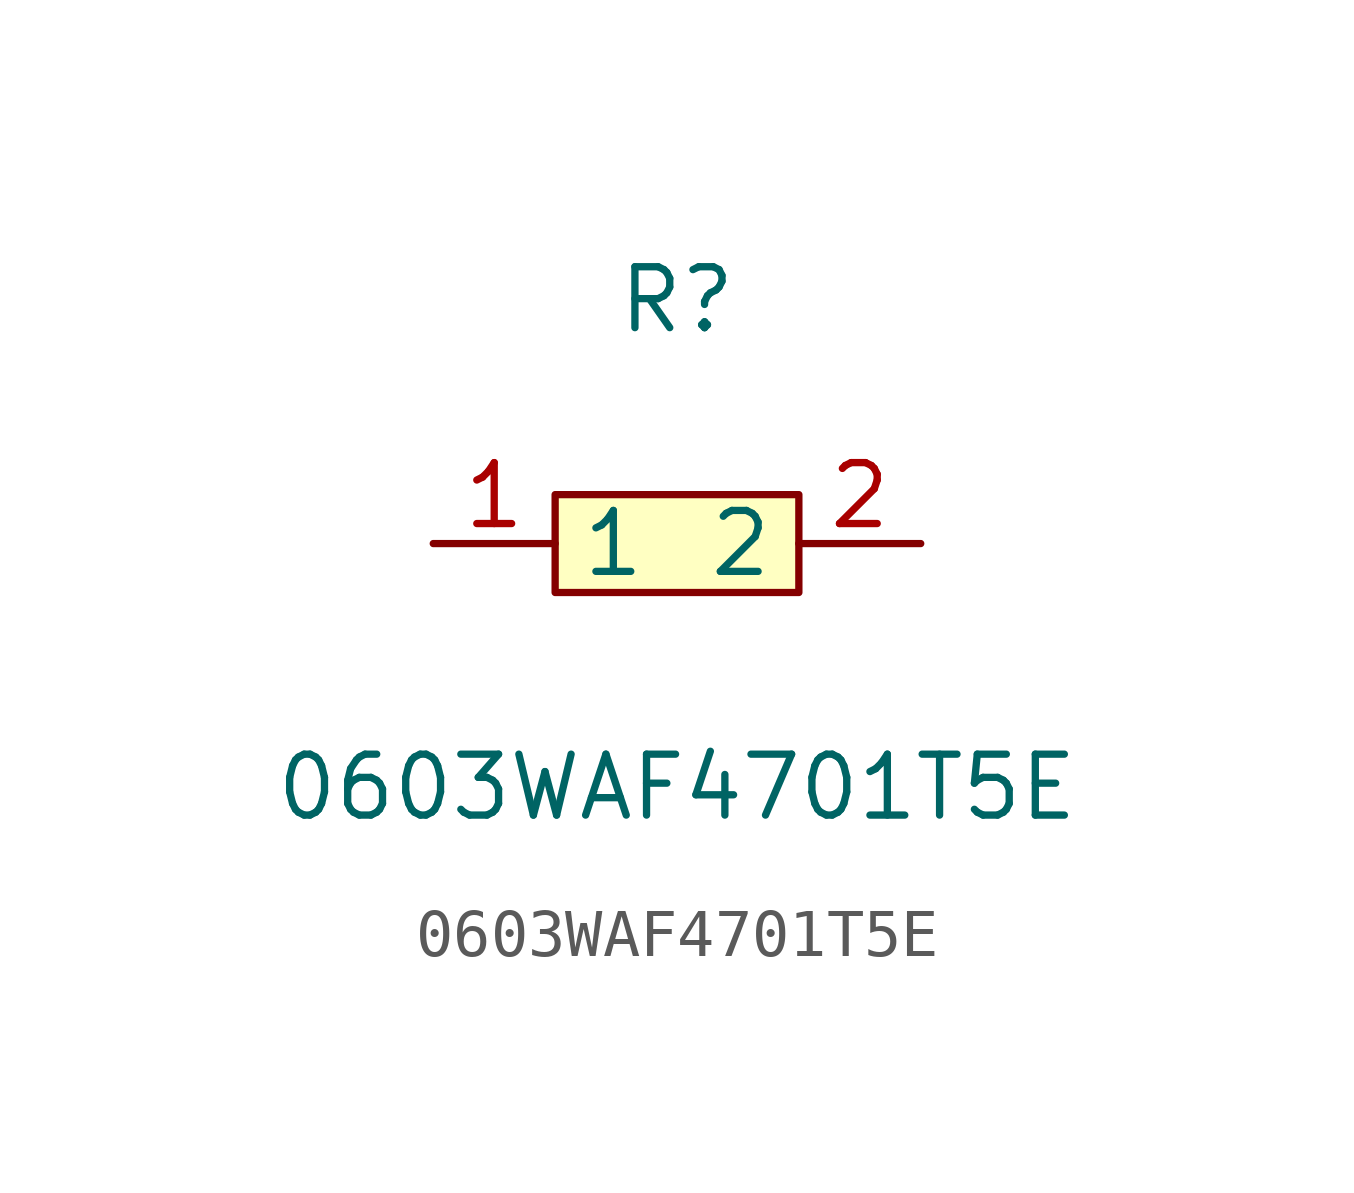
<source format=kicad_sym>
(kicad_symbol_lib
  (version 1)
  (generator "faebryk")
  (symbol "0603WAF4701T5E"
    (property "Reference" "R"
      (at 0 5.08 0)
      (effects (font (size 1.27 1.27)) (hide no)))
    (property "Value" "0603WAF4701T5E"
      (at 0 -5.08 0)
      (effects (font (size 1.27 1.27)) (hide no)))
    (symbol "0603WAF4701T5E_0_1"
      (rectangle (start -2.54 1.02) (end 2.54 -1.02) (stroke (width 0) (type default) (color 0 0 0 0)) (fill (type background)))
      (pin input line (at 5.08 0 180) (length 2.54) (name "2" (effects (font (size 1.27 1.27)) (hide no))) (number "2" (effects (font (size 1.27 1.27)) (hide no))))
      (pin input line (at -5.08 0 0) (length 2.54) (name "1" (effects (font (size 1.27 1.27)) (hide no))) (number "1" (effects (font (size 1.27 1.27)) (hide no)))))))
</source>
